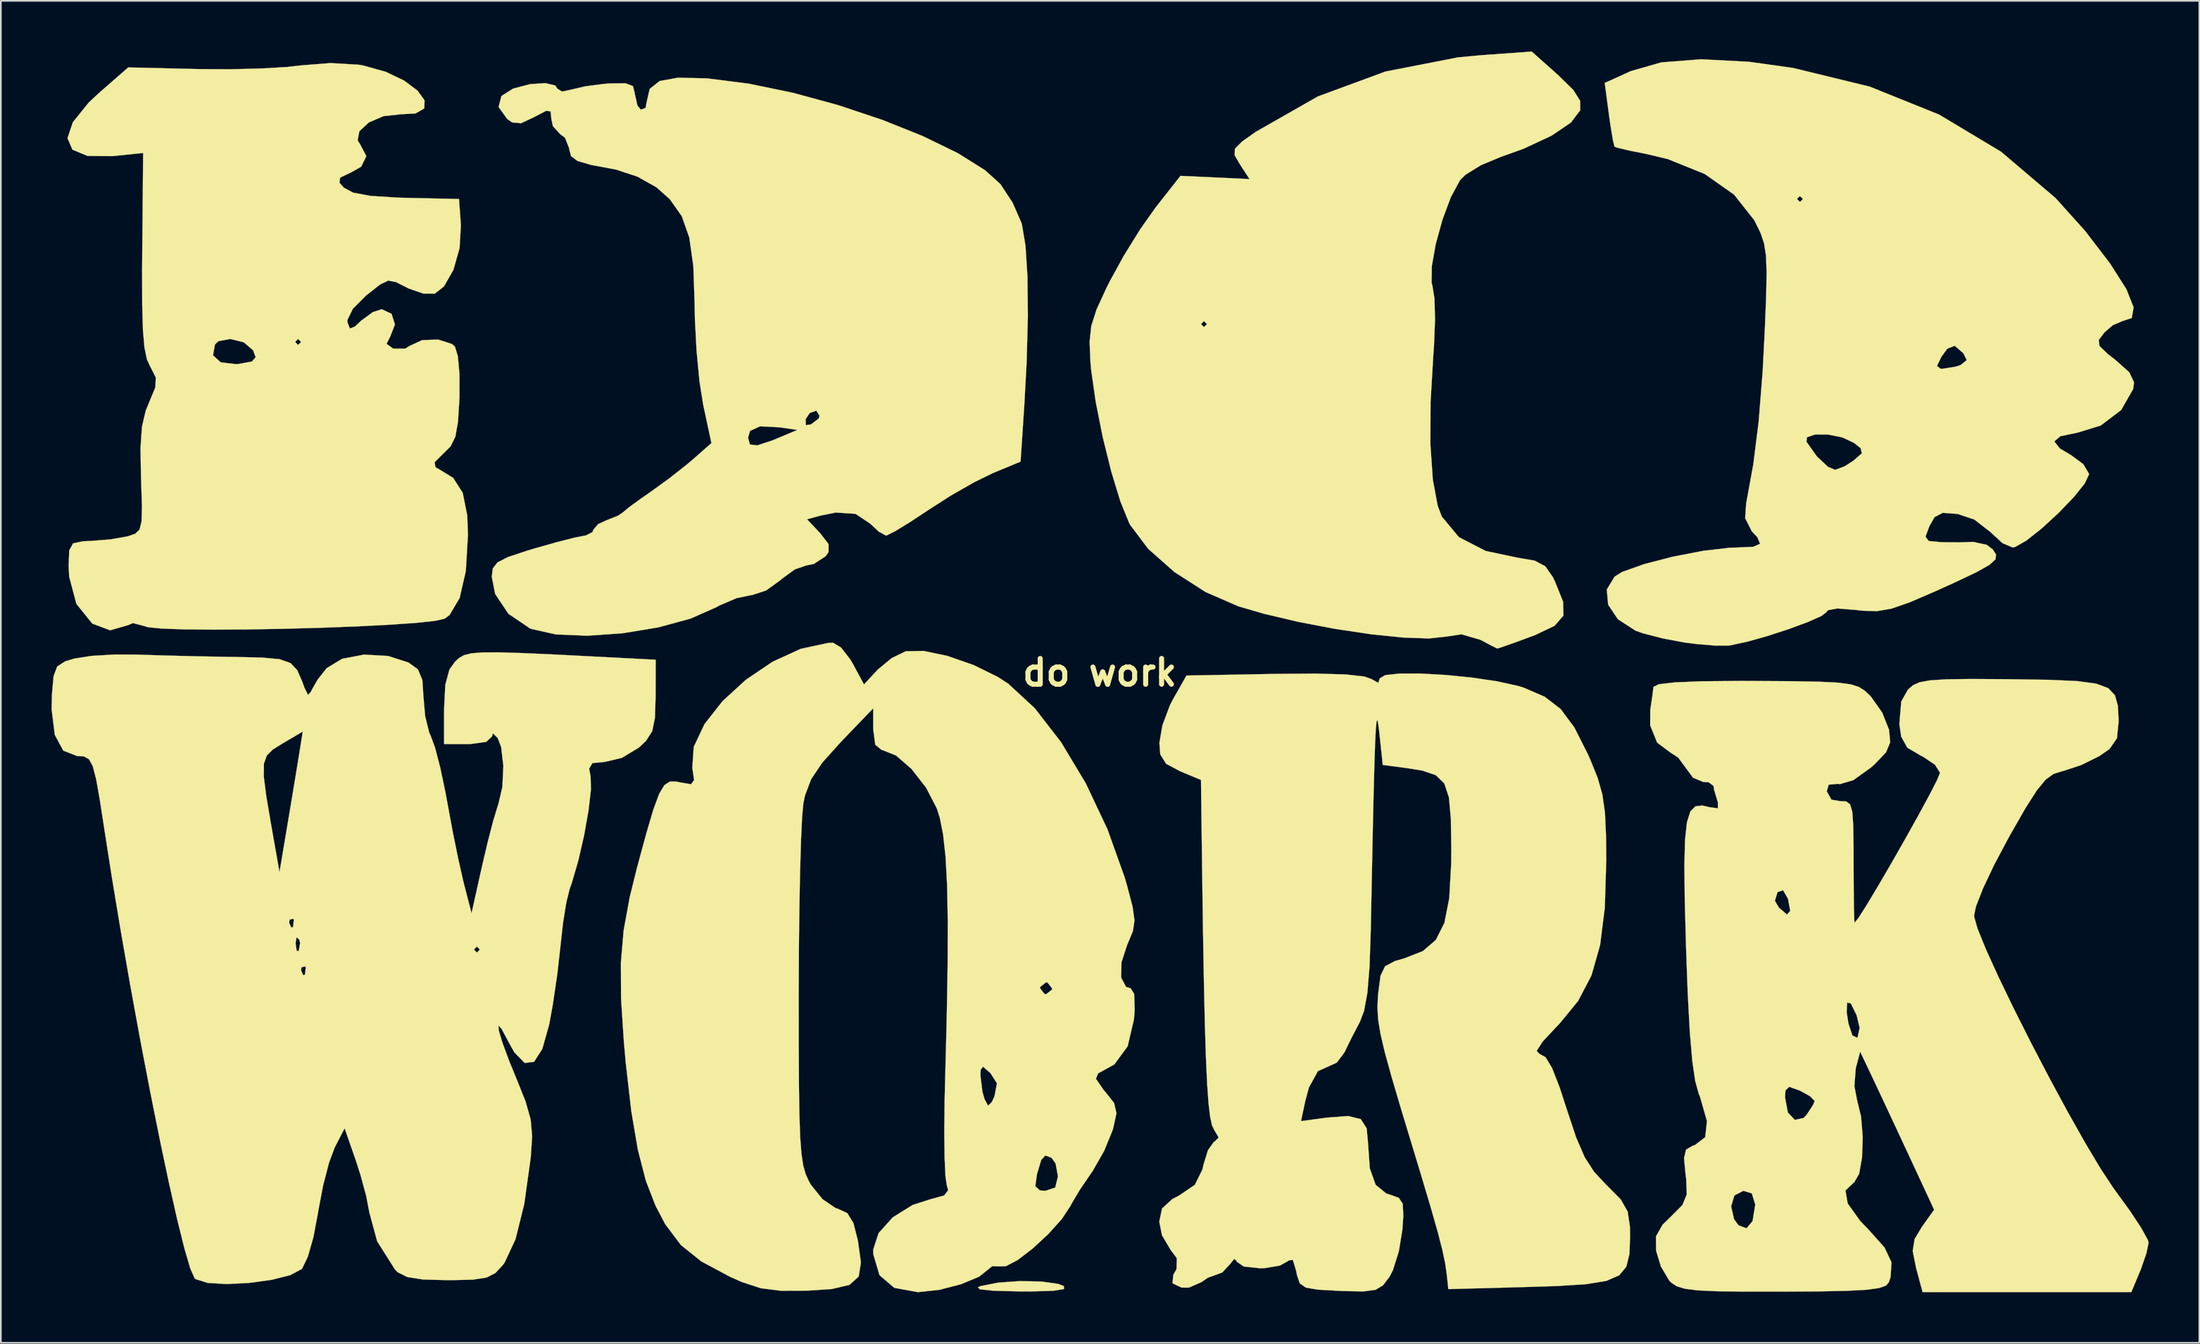
<source format=kicad_pcb>
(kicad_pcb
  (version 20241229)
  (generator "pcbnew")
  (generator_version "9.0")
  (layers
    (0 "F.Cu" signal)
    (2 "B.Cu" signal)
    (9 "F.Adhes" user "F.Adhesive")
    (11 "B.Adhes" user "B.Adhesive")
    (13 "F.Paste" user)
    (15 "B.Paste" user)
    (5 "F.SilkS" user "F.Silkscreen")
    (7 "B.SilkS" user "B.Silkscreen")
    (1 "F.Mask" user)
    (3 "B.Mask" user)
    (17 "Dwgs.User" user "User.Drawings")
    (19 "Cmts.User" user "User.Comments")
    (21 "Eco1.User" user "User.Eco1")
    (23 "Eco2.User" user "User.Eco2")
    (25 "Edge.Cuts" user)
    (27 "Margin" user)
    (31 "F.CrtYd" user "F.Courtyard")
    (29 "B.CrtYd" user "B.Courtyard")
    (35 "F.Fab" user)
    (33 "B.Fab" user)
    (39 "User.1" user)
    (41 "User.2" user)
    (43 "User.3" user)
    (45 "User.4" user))
  (footprint "do work"
    (layer "F.Cu")
    (at 62.044 36.781)
    (property "Reference" "do work" (at 0 0 0) (layer "F.SilkS") (effects (font (size 1.524 1.524) (thickness 0.3))))
    (attr through_hole)
    (fp_poly (pts (xy -3.455 36.063) (xy -2.46 36.203) (xy -2.117 36.336) (xy -2.115 36.509) (xy -2.768 36.613) (xy -4.095 36.651) (xy -4.763 36.648) (xy -6.279 36.609) (xy -7.094 36.527) (xy -7.211 36.401) (xy -7.056 36.336) (xy -6.017 36.129) (xy -4.729 36.038) (xy -3.455 36.063)) (stroke (width 0.01) (type solid)) (fill yes) (layer "F.SilkS"))
    (fp_poly (pts (xy 27.124 -35.397) (xy 28.034 -34.506) (xy 28.443 -33.855) (xy 28.443 -33.302) (xy 28.443 -33.3) (xy 27.893 -32.571) (xy 26.743 -31.793) (xy 25.09 -31.022) (xy 23.724 -30.531) (xy 22.576 -30.053) (xy 21.658 -29.486) (xy 21.331 -29.164) (xy 20.787 -28.154) (xy 20.289 -26.817) (xy 19.893 -25.378) (xy 19.66 -24.061) (xy 19.648 -23.093) (xy 19.696 -22.905) (xy 19.818 -22.146) (xy 19.85 -20.89) (xy 19.789 -19.339) (xy 19.753 -18.857) (xy 19.586 -16.02) (xy 19.576 -13.509) (xy 19.72 -11.425) (xy 20.01 -9.871) (xy 20.251 -9.238) (xy 21.265 -8.02) (xy 22.847 -7.203) (xy 24.669 -6.816) (xy 25.748 -6.63) (xy 26.381 -6.293) (xy 26.829 -5.644) (xy 26.943 -5.412) (xy 27.432 -4.195) (xy 27.45 -3.37) (xy 26.927 -2.771) (xy 25.792 -2.229) (xy 25.563 -2.142) (xy 24.511 -1.755) (xy 23.773 -1.496) (xy 23.535 -1.425) (xy 23.208 -1.584) (xy 22.534 -1.942) (xy 21.415 -2.265) (xy 20.51 -2.131) (xy 19.495 -2.02) (xy 17.958 -2.074) (xy 16.054 -2.27) (xy 13.942 -2.586) (xy 11.778 -2.998) (xy 9.72 -3.483) (xy 8.219 -3.92) (xy 6.271 -4.768) (xy 4.422 -5.955) (xy 2.867 -7.332) (xy 1.8 -8.752) (xy 1.744 -8.858) (xy 1.221 -10.147) (xy 0.682 -11.918) (xy 0.18 -13.948) (xy -0.233 -16.018) (xy -0.502 -17.906) (xy -0.549 -18.425) (xy -0.596 -19.591) (xy -0.496 -20.531) (xy -0.462 -20.637) (xy 5.997 -20.637) (xy 6.174 -20.461) (xy 6.35 -20.637) (xy 6.174 -20.814) (xy 5.997 -20.637) (xy -0.462 -20.637) (xy -0.186 -21.504) (xy 0.396 -22.769) (xy 0.579 -23.138) (xy 1.425 -24.683) (xy 2.409 -26.269) (xy 3.319 -27.556) (xy 3.323 -27.561) (xy 4.781 -29.416) (xy 6.826 -29.322) (xy 8.871 -29.227) (xy 8.296 -30.105) (xy 7.99 -30.636) (xy 8.004 -31.023) (xy 8.431 -31.452) (xy 9.24 -32.024) (xy 12.919 -34.122) (xy 16.916 -35.595) (xy 21.206 -36.433) (xy 22.578 -36.562) (xy 25.576 -36.776) (xy 27.124 -35.397)) (stroke (width 0.01) (type solid)) (fill yes) (layer "F.SilkS"))
    (fp_poly (pts (xy -23.304 -35.192) (xy -23.187 -35.183) (xy -20.762 -34.875) (xy -18.149 -34.333) (xy -15.477 -33.605) (xy -12.876 -32.736) (xy -10.475 -31.774) (xy -8.404 -30.765) (xy -6.792 -29.756) (xy -5.876 -28.929) (xy -5.158 -27.838) (xy -4.631 -26.635) (xy -4.602 -26.536) (xy -4.392 -25.283) (xy -4.274 -23.437) (xy -4.251 -21.104) (xy -4.323 -18.391) (xy -4.46 -15.859) (xy -4.683 -12.492) (xy -6.295 -11.826) (xy -7.421 -11.276) (xy -8.81 -10.482) (xy -10.13 -9.636) (xy -11.23 -8.908) (xy -12.112 -8.369) (xy -12.612 -8.12) (xy -12.649 -8.114) (xy -13.082 -8.35) (xy -13.582 -8.819) (xy -14.451 -9.4) (xy -15.629 -9.477) (xy -16.511 -9.298) (xy -17.323 -9.08) (xy -16.547 -8.255) (xy -16.048 -7.609) (xy -16.048 -7.14) (xy -16.219 -6.89) (xy -16.923 -6.431) (xy -17.345 -6.35) (xy -18.046 -6.112) (xy -18.839 -5.533) (xy -18.906 -5.468) (xy -19.744 -4.862) (xy -20.584 -4.588) (xy -20.633 -4.586) (xy -21.492 -4.408) (xy -22.516 -3.97) (xy -22.691 -3.871) (xy -24.217 -3.196) (xy -26.135 -2.674) (xy -28.241 -2.328) (xy -30.329 -2.182) (xy -32.194 -2.259) (xy -33.632 -2.582) (xy -33.733 -2.624) (xy -34.997 -3.478) (xy -35.784 -4.655) (xy -35.983 -5.672) (xy -35.924 -6.164) (xy -35.65 -6.524) (xy -35.021 -6.844) (xy -33.894 -7.218) (xy -33.426 -7.358) (xy -32.132 -7.725) (xy -31.078 -7.994) (xy -30.466 -8.113) (xy -30.427 -8.115) (xy -30.017 -8.322) (xy -29.986 -8.443) (xy -29.692 -8.79) (xy -29.192 -9.02) (xy -28.5 -9.299) (xy -28.222 -9.488) (xy -27.847 -9.801) (xy -27.095 -10.347) (xy -26.635 -10.664) (xy -25.487 -11.493) (xy -24.365 -12.381) (xy -24.103 -12.605) (xy -22.983 -13.59) (xy -23.05 -13.905) (xy -20.814 -13.905) (xy -20.703 -13.509) (xy -20.28 -13.453) (xy -19.412 -13.736) (xy -19.043 -13.888) (xy -17.896 -14.37) (xy -18.946 -14.524) (xy -20.103 -14.583) (xy -20.695 -14.315) (xy -20.814 -13.905) (xy -23.05 -13.905) (xy -23.287 -15.011) (xy -17.407 -15.011) (xy -17.391 -14.653) (xy -17.092 -14.696) (xy -16.636 -15.043) (xy -16.581 -15.207) (xy -16.774 -15.513) (xy -17.161 -15.373) (xy -17.407 -15.011) (xy -23.287 -15.011) (xy -23.473 -15.879) (xy -23.692 -17.271) (xy -23.863 -19.069) (xy -23.962 -20.974) (xy -23.976 -21.819) (xy -24.052 -24.065) (xy -24.29 -25.756) (xy -24.738 -27.03) (xy -25.441 -28.028) (xy -26.243 -28.742) (xy -27.359 -29.367) (xy -28.622 -29.787) (xy -28.751 -29.811) (xy -30.111 -30.064) (xy -30.91 -30.3) (xy -31.292 -30.583) (xy -31.397 -30.981) (xy -31.397 -31.03) (xy -31.651 -31.677) (xy -31.926 -31.878) (xy -32.366 -32.357) (xy -32.456 -32.781) (xy -32.5 -33.23) (xy -32.76 -33.271) (xy -33.424 -32.925) (xy -33.477 -32.895) (xy -34.257 -32.531) (xy -34.779 -32.581) (xy -35.065 -32.778) (xy -35.582 -33.495) (xy -35.413 -34.146) (xy -34.726 -34.581) (xy -33.725 -34.847) (xy -32.813 -34.909) (xy -32.216 -34.765) (xy -32.103 -34.581) (xy -31.825 -34.408) (xy -31.309 -34.518) (xy -30.445 -34.72) (xy -29.298 -34.868) (xy -29.016 -34.889) (xy -28.066 -34.901) (xy -27.628 -34.733) (xy -27.517 -34.309) (xy -27.517 -34.267) (xy -27.361 -33.581) (xy -27.164 -33.337) (xy -26.881 -33.439) (xy -26.811 -33.803) (xy -26.636 -34.568) (xy -26.051 -35.032) (xy -24.97 -35.229) (xy -23.304 -35.192)) (stroke (width 0.01) (type solid)) (fill yes) (layer "F.SilkS"))
    (fp_poly (pts (xy 38.442 -36.172) (xy 41.042 -35.807) (xy 45.579 -34.702) (xy 49.688 -33.046) (xy 53.358 -30.845) (xy 56.579 -28.105) (xy 58.326 -26.161) (xy 59.815 -24.218) (xy 60.775 -22.705) (xy 61.202 -21.63) (xy 61.094 -20.999) (xy 60.535 -20.814) (xy 59.97 -20.573) (xy 59.475 -20.144) (xy 59.141 -19.703) (xy 59.18 -19.342) (xy 59.672 -18.867) (xy 60.134 -18.508) (xy 60.944 -17.786) (xy 61.227 -17.194) (xy 61.179 -16.797) (xy 60.465 -15.548) (xy 59.256 -14.632) (xy 57.909 -14.215) (xy 56.861 -13.995) (xy 56.507 -13.689) (xy 56.839 -13.269) (xy 57.503 -12.876) (xy 58.226 -12.341) (xy 58.559 -11.775) (xy 58.561 -11.734) (xy 58.307 -11.193) (xy 57.65 -10.378) (xy 56.749 -9.443) (xy 55.765 -8.538) (xy 54.857 -7.818) (xy 54.184 -7.435) (xy 54.044 -7.408) (xy 53.438 -7.665) (xy 52.768 -8.283) (xy 52.754 -8.301) (xy 51.774 -9.062) (xy 50.784 -9.394) (xy 49.905 -9.461) (xy 49.418 -9.206) (xy 49.116 -8.677) (xy 48.882 -8.048) (xy 49.071 -7.792) (xy 49.824 -7.723) (xy 49.837 -7.722) (xy 50.893 -7.711) (xy 51.712 -7.74) (xy 52.507 -7.565) (xy 52.863 -7.296) (xy 53.06 -6.988) (xy 53.025 -6.703) (xy 52.668 -6.377) (xy 51.901 -5.946) (xy 50.636 -5.345) (xy 49.432 -4.8) (xy 47.941 -4.158) (xy 46.869 -3.786) (xy 46.007 -3.638) (xy 45.146 -3.663) (xy 44.758 -3.71) (xy 43.658 -3.796) (xy 43.092 -3.689) (xy 43.039 -3.595) (xy 42.728 -3.353) (xy 41.918 -2.993) (xy 40.791 -2.576) (xy 39.529 -2.165) (xy 38.315 -1.824) (xy 37.332 -1.614) (xy 37.218 -1.599) (xy 36.471 -1.596) (xy 35.344 -1.689) (xy 34.646 -1.776) (xy 33.343 -2.018) (xy 32.155 -2.328) (xy 31.722 -2.481) (xy 30.677 -3.155) (xy 30.097 -4.021) (xy 30.017 -4.917) (xy 30.477 -5.678) (xy 30.92 -5.957) (xy 32.233 -6.426) (xy 33.938 -6.866) (xy 35.724 -7.21) (xy 37.279 -7.391) (xy 37.659 -7.403) (xy 38.691 -7.449) (xy 39.091 -7.627) (xy 38.933 -8.01) (xy 38.597 -8.373) (xy 38.208 -9.143) (xy 38.268 -10.024) (xy 38.688 -12.321) (xy 38.858 -13.67) (xy 41.837 -13.67) (xy 42.453 -12.803) (xy 43.111 -12.184) (xy 43.535 -12.006) (xy 44.092 -12.213) (xy 44.626 -12.557) (xy 45.114 -12.984) (xy 45.042 -13.29) (xy 44.647 -13.604) (xy 43.959 -13.928) (xy 43.121 -14.095) (xy 42.351 -14.1) (xy 41.867 -13.937) (xy 41.837 -13.67) (xy 38.858 -13.67) (xy 39.008 -14.867) (xy 39.244 -17.83) (xy 39.261 -18.163) (xy 49.563 -18.163) (xy 49.766 -17.996) (xy 49.886 -17.992) (xy 50.663 -18.115) (xy 50.957 -18.209) (xy 51.323 -18.506) (xy 51.119 -18.915) (xy 50.61 -19.353) (xy 50.175 -19.181) (xy 49.824 -18.697) (xy 49.563 -18.163) (xy 39.261 -18.163) (xy 39.371 -20.285) (xy 39.45 -22.258) (xy 39.479 -23.673) (xy 39.443 -24.676) (xy 39.329 -25.412) (xy 39.122 -26.028) (xy 38.807 -26.67) (xy 38.732 -26.811) (xy 37.757 -28.046) (xy 41.275 -28.046) (xy 41.451 -27.869) (xy 41.628 -28.046) (xy 41.451 -28.222) (xy 41.275 -28.046) (xy 37.757 -28.046) (xy 37.554 -28.303) (xy 35.815 -29.526) (xy 33.634 -30.409) (xy 32.433 -30.696) (xy 31.38 -30.908) (xy 30.664 -31.077) (xy 30.477 -31.142) (xy 30.383 -31.513) (xy 30.241 -32.366) (xy 30.14 -33.076) (xy 29.896 -34.919) (xy 31.44 -35.62) (xy 33.244 -36.137) (xy 35.602 -36.321) (xy 38.442 -36.172)) (stroke (width 0.01) (type solid)) (fill yes) (layer "F.SilkS"))
    (fp_poly (pts (xy -43.865 -35.999) (xy -43.617 -35.958) (xy -42.273 -35.584) (xy -41.173 -35.059) (xy -40.381 -34.466) (xy -39.962 -33.888) (xy -39.981 -33.408) (xy -40.5 -33.111) (xy -41.386 -33.063) (xy -42.395 -32.953) (xy -43.26 -32.58) (xy -43.822 -32.059) (xy -43.923 -31.511) (xy -43.78 -31.291) (xy -43.408 -30.585) (xy -43.714 -29.96) (xy -44.335 -29.61) (xy -44.961 -29.312) (xy -44.998 -29.01) (xy -44.744 -28.718) (xy -44.188 -28.421) (xy -43.162 -28.23) (xy -41.563 -28.128) (xy -41.067 -28.115) (xy -37.924 -28.046) (xy -37.813 -26.508) (xy -37.889 -25.145) (xy -38.251 -23.857) (xy -38.813 -22.869) (xy -39.355 -22.442) (xy -40.038 -22.446) (xy -40.912 -22.749) (xy -40.927 -22.757) (xy -41.648 -23.121) (xy -42.112 -23.215) (xy -42.586 -22.99) (xy -43.335 -22.4) (xy -43.442 -22.313) (xy -44.208 -21.543) (xy -44.532 -20.877) (xy -44.527 -20.747) (xy -44.386 -20.374) (xy -44.084 -20.494) (xy -43.723 -20.836) (xy -43.024 -21.349) (xy -42.499 -21.519) (xy -41.916 -21.246) (xy -41.717 -20.615) (xy -41.981 -19.932) (xy -42.211 -19.469) (xy -41.82 -19.184) (xy -41.114 -19.184) (xy -40.828 -19.356) (xy -40.104 -19.688) (xy -39.15 -19.72) (xy -38.34 -19.459) (xy -38.166 -19.306) (xy -37.991 -18.736) (xy -37.895 -17.665) (xy -37.896 -16.293) (xy -37.897 -16.258) (xy -37.983 -14.857) (xy -38.14 -13.966) (xy -38.425 -13.392) (xy -38.844 -12.977) (xy -39.369 -12.455) (xy -39.315 -12.158) (xy -39.202 -12.101) (xy -38.271 -11.532) (xy -37.703 -10.646) (xy -37.436 -9.304) (xy -37.394 -8.167) (xy -37.52 -6.013) (xy -37.888 -4.409) (xy -38.484 -3.408) (xy -38.778 -3.19) (xy -39.347 -3.061) (xy -40.482 -2.941) (xy -42.064 -2.831) (xy -43.972 -2.734) (xy -46.085 -2.654) (xy -48.284 -2.593) (xy -50.448 -2.555) (xy -52.457 -2.543) (xy -54.189 -2.558) (xy -55.525 -2.606) (xy -56.345 -2.687) (xy -56.533 -2.749) (xy -57.224 -2.931) (xy -57.515 -2.807) (xy -58.573 -2.504) (xy -59.614 -2.894) (xy -59.65 -2.922) (xy -60.571 -4.065) (xy -61 -5.68) (xy -61.031 -6.327) (xy -60.995 -7.241) (xy -60.765 -7.656) (xy -60.154 -7.78) (xy -59.708 -7.796) (xy -58.559 -7.888) (xy -57.559 -8.063) (xy -57.503 -8.078) (xy -57.088 -8.222) (xy -56.835 -8.466) (xy -56.714 -8.957) (xy -56.691 -9.84) (xy -56.736 -11.26) (xy -56.746 -11.527) (xy -56.777 -13.294) (xy -56.691 -14.558) (xy -56.468 -15.512) (xy -56.265 -16.008) (xy -55.899 -16.89) (xy -55.872 -17.474) (xy -56.173 -18.073) (xy -56.193 -18.103) (xy -56.398 -18.551) (xy -56.448 -18.791) (xy -52.486 -18.791) (xy -52.026 -18.369) (xy -51.104 -18.265) (xy -50.974 -18.278) (xy -50.184 -18.421) (xy -49.96 -18.676) (xy -50.115 -19.088) (xy -50.663 -19.559) (xy -50.744 -19.579) (xy -47.625 -19.579) (xy -47.449 -19.403) (xy -47.272 -19.579) (xy -47.449 -19.756) (xy -47.625 -19.579) (xy -50.744 -19.579) (xy -51.455 -19.756) (xy -52.158 -19.628) (xy -52.368 -19.435) (xy -52.486 -18.791) (xy -56.448 -18.791) (xy -56.542 -19.241) (xy -56.632 -20.275) (xy -56.676 -21.761) (xy -56.682 -23.802) (xy -56.674 -24.846) (xy -56.621 -30.772) (xy -58.432 -30.585) (xy -59.913 -30.597) (xy -60.806 -30.966) (xy -61.099 -31.647) (xy -60.782 -32.592) (xy -59.846 -33.755) (xy -59.268 -34.296) (xy -57.505 -35.838) (xy -53.359 -35.742) (xy -51.486 -35.73) (xy -49.657 -35.774) (xy -48.109 -35.864) (xy -47.259 -35.96) (xy -45.535 -36.096) (xy -43.865 -35.999)) (stroke (width 0.01) (type solid)) (fill yes) (layer "F.SilkS"))
    (fp_poly (pts (xy 19.014 0.058) (xy 20.491 0.142) (xy 22.042 0.297) (xy 23.511 0.515) (xy 24.742 0.785) (xy 25.108 0.897) (xy 26.341 1.43) (xy 27.289 2.161) (xy 28.095 3.245) (xy 28.899 4.835) (xy 29.042 5.159) (xy 29.478 6.239) (xy 29.755 7.216) (xy 29.91 8.306) (xy 29.975 9.724) (xy 29.986 11.133) (xy 29.901 13.917) (xy 29.621 16.143) (xy 29.108 17.943) (xy 28.322 19.446) (xy 27.225 20.784) (xy 27.11 20.902) (xy 26.221 21.854) (xy 25.869 22.404) (xy 26.033 22.583) (xy 26.034 22.583) (xy 26.393 22.779) (xy 26.779 23.419) (xy 27.237 24.595) (xy 27.643 25.846) (xy 28.2 27.52) (xy 28.707 28.697) (xy 29.266 29.569) (xy 29.978 30.329) (xy 30.025 30.373) (xy 30.847 31.205) (xy 31.254 31.921) (xy 31.388 32.833) (xy 31.397 33.405) (xy 31.358 34.434) (xy 31.176 35.181) (xy 30.753 35.695) (xy 29.99 36.026) (xy 28.789 36.222) (xy 27.053 36.331) (xy 25.4 36.384) (xy 20.637 36.513) (xy 20.544 35.631) (xy 20.454 35) (xy 20.292 34.225) (xy 20.028 33.194) (xy 19.632 31.795) (xy 19.073 29.916) (xy 18.56 28.222) (xy 17.817 25.769) (xy 17.262 23.882) (xy 16.87 22.455) (xy 16.619 21.382) (xy 16.485 20.555) (xy 16.443 19.868) (xy 16.469 19.215) (xy 16.491 18.966) (xy 16.627 17.943) (xy 16.896 17.393) (xy 17.473 17.085) (xy 18.043 16.92) (xy 19.127 16.496) (xy 19.899 15.832) (xy 20.406 14.822) (xy 20.693 13.361) (xy 20.806 11.344) (xy 20.813 10.538) (xy 20.789 8.672) (xy 20.672 7.388) (xy 20.397 6.564) (xy 19.899 6.079) (xy 19.114 5.808) (xy 18.226 5.664) (xy 16.757 5.468) (xy 16.55 3.528) (xy 16.49 3.037) (xy 16.437 2.808) (xy 16.39 2.89) (xy 16.346 3.336) (xy 16.303 4.197) (xy 16.259 5.524) (xy 16.21 7.368) (xy 16.157 9.78) (xy 16.095 12.813) (xy 16.048 15.206) (xy 15.976 17.382) (xy 15.847 18.959) (xy 15.648 20.044) (xy 15.408 20.674) (xy 14.891 21.667) (xy 14.491 22.49) (xy 14.033 23.1) (xy 13.634 23.283) (xy 12.917 23.603) (xy 12.385 24.575) (xy 12.172 25.364) (xy 11.916 26.562) (xy 13.41 26.361) (xy 14.704 26.261) (xy 15.457 26.446) (xy 15.804 26.994) (xy 15.88 27.819) (xy 15.99 29.364) (xy 16.336 30.338) (xy 16.965 30.848) (xy 17.192 30.92) (xy 17.699 31.103) (xy 17.938 31.45) (xy 17.975 32.157) (xy 17.917 33) (xy 17.71 34.269) (xy 17.358 35.391) (xy 17.153 35.79) (xy 16.775 36.286) (xy 16.329 36.554) (xy 15.615 36.649) (xy 14.431 36.627) (xy 14.183 36.616) (xy 12.926 36.546) (xy 12.204 36.424) (xy 11.846 36.171) (xy 11.684 35.71) (xy 11.636 35.454) (xy 11.435 34.786) (xy 11.19 34.811) (xy 11.172 34.837) (xy 10.668 35.12) (xy 9.765 35.27) (xy 9.504 35.278) (xy 8.521 35.173) (xy 8.109 34.882) (xy 8.103 34.837) (xy 7.961 34.723) (xy 7.733 35.013) (xy 7.262 35.523) (xy 6.978 35.631) (xy 6.4 35.839) (xy 6.025 36.098) (xy 5.28 36.424) (xy 4.851 36.424) (xy 4.312 36.167) (xy 4.356 35.667) (xy 4.55 35.324) (xy 4.567 34.685) (xy 4.192 34.178) (xy 3.687 33.323) (xy 3.528 32.521) (xy 3.688 31.743) (xy 4.289 31.186) (xy 4.718 30.96) (xy 5.636 30.333) (xy 6.082 29.428) (xy 6.14 29.157) (xy 6.405 28.296) (xy 6.751 27.801) (xy 6.802 27.776) (xy 7.044 27.533) (xy 6.774 27.076) (xy 6.647 26.81) (xy 6.538 26.304) (xy 6.443 25.503) (xy 6.361 24.353) (xy 6.289 22.8) (xy 6.226 20.788) (xy 6.168 18.263) (xy 6.114 15.17) (xy 6.061 11.455) (xy 6.033 9.265) (xy 5.997 6.359) (xy 4.763 5.844) (xy 3.93 5.4) (xy 3.587 4.847) (xy 3.534 4.163) (xy 3.716 3.116) (xy 4.163 1.924) (xy 4.338 1.587) (xy 5.137 0.176) (xy 10.37 0.079) (xy 12.802 0.06) (xy 14.555 0.111) (xy 15.655 0.23) (xy 16.092 0.386) (xy 16.491 0.607) (xy 16.581 0.343) (xy 16.903 0.149) (xy 17.766 0.057) (xy 19.014 0.058)) (stroke (width 0.01) (type solid)) (fill yes) (layer "F.SilkS"))
    (fp_poly (pts (xy -15.306 -1.479) (xy -14.755 -0.77) (xy -14.616 -0.53) (xy -13.952 0.703) (xy -13.139 -0.174) (xy -12.313 -0.857) (xy -11.479 -1.263) (xy -10.423 -1.282) (xy -9.009 -0.986) (xy -7.467 -0.448) (xy -6.029 0.259) (xy -5.418 0.655) (xy -3.844 2.108) (xy -2.285 4.123) (xy -0.823 6.559) (xy 0.46 9.277) (xy 1.482 12.136) (xy 1.628 12.644) (xy 1.948 13.869) (xy 2.061 14.673) (xy 1.968 15.308) (xy 1.67 16.028) (xy 1.636 16.098) (xy 1.29 17.16) (xy 1.27 18.062) (xy 1.56 18.613) (xy 1.833 18.697) (xy 2.041 19.028) (xy 2.072 19.972) (xy 2.031 20.527) (xy 1.657 22.131) (xy 0.867 23.207) (xy -0.093 23.736) (xy -0.222 24.054) (xy 0.236 24.723) (xy 0.322 24.818) (xy 0.856 25.492) (xy 0.992 26.101) (xy 0.799 26.991) (xy 0.765 27.103) (xy 0.265 28.327) (xy -0.423 29.531) (xy -0.518 29.665) (xy -1.16 30.607) (xy -1.65 31.43) (xy -1.722 31.574) (xy -2.239 32.359) (xy -3.042 33.253) (xy -3.97 34.113) (xy -4.861 34.794) (xy -5.551 35.155) (xy -5.783 35.165) (xy -6.364 35.157) (xy -6.539 35.299) (xy -7.14 35.777) (xy -8.201 36.221) (xy -9.478 36.552) (xy -10.727 36.689) (xy -10.783 36.689) (xy -12.158 36.437) (xy -13.034 35.69) (xy -13.396 34.462) (xy -13.406 34.172) (xy -13.087 33.196) (xy -12.25 32.262) (xy -11.071 31.527) (xy -10.023 31.192) (xy -9.207 30.967) (xy -8.969 30.653) (xy -9.035 30.419) (xy -3.811 30.419) (xy -3.534 30.669) (xy -3.213 30.692) (xy -2.63 30.497) (xy -2.469 29.831) (xy -2.609 29.077) (xy -2.846 28.737) (xy -3.214 28.598) (xy -3.457 28.86) (xy -3.699 29.665) (xy -3.714 29.722) (xy -3.811 30.419) (xy -9.035 30.419) (xy -9.045 30.384) (xy -9.128 29.845) (xy -9.18 28.738) (xy -9.198 27.2) (xy -9.179 25.369) (xy -9.154 24.342) (xy -9.143 23.884) (xy -7.056 23.884) (xy -6.942 24.821) (xy -6.816 25.26) (xy -6.607 25.648) (xy -6.388 25.439) (xy -6.227 25.097) (xy -6.082 24.324) (xy -6.466 23.722) (xy -6.907 23.34) (xy -7.046 23.527) (xy -7.056 23.884) (xy -9.143 23.884) (xy -9.055 20.507) (xy -9.024 18.697) (xy -3.528 18.697) (xy -3.259 19.04) (xy -3.175 19.05) (xy -2.832 18.782) (xy -2.822 18.697) (xy -3.091 18.355) (xy -3.175 18.344) (xy -3.518 18.613) (xy -3.528 18.697) (xy -9.024 18.697) (xy -9 17.31) (xy -8.992 14.686) (xy -9.032 12.569) (xy -9.124 10.893) (xy -9.267 9.591) (xy -9.465 8.599) (xy -9.644 8.036) (xy -10.282 6.806) (xy -11.139 5.708) (xy -12.055 4.911) (xy -12.869 4.587) (xy -12.903 4.586) (xy -13.284 4.275) (xy -13.406 3.351) (xy -13.406 2.116) (xy -15.334 4.123) (xy -16.421 5.335) (xy -17.081 6.317) (xy -17.443 7.277) (xy -17.539 7.739) (xy -17.612 8.514) (xy -17.677 9.884) (xy -17.733 11.74) (xy -17.777 13.973) (xy -17.805 16.473) (xy -17.815 19.129) (xy -17.815 19.226) (xy -17.813 22.141) (xy -17.801 24.437) (xy -17.774 26.202) (xy -17.728 27.522) (xy -17.655 28.485) (xy -17.551 29.177) (xy -17.409 29.686) (xy -17.225 30.098) (xy -17.098 30.326) (xy -16.402 31.191) (xy -15.627 31.715) (xy -15.51 31.75) (xy -14.938 32.013) (xy -14.577 32.597) (xy -14.31 33.649) (xy -14.133 34.929) (xy -14.265 35.767) (xy -14.809 36.26) (xy -15.864 36.509) (xy -17.323 36.605) (xy -18.885 36.61) (xy -20.067 36.458) (xy -21.189 36.091) (xy -21.872 35.787) (xy -23.578 34.875) (xy -24.792 33.899) (xy -25.717 32.669) (xy -26.291 31.574) (xy -26.866 30.089) (xy -27.338 28.256) (xy -27.726 25.97) (xy -28.052 23.124) (xy -28.164 21.872) (xy -28.332 19.304) (xy -28.342 17.181) (xy -28.177 15.257) (xy -27.816 13.286) (xy -27.385 11.546) (xy -26.84 9.536) (xy -26.421 8.115) (xy -26.08 7.191) (xy -25.77 6.669) (xy -25.443 6.455) (xy -25.051 6.457) (xy -24.818 6.508) (xy -24.194 6.613) (xy -24.007 6.369) (xy -24.114 5.634) (xy -24.028 4.398) (xy -23.39 3.047) (xy -22.319 1.685) (xy -20.935 0.419) (xy -19.355 -0.646) (xy -17.699 -1.405) (xy -16.085 -1.753) (xy -15.774 -1.764) (xy -15.306 -1.479)) (stroke (width 0.01) (type solid)) (fill yes) (layer "F.SilkS"))
    (fp_poly (pts (xy -34.125 -1.154) (xy -32.205 -1.067) (xy -29.68 -0.937) (xy -29.457 -0.926) (xy -26.282 -0.76) (xy -26.287 1.419) (xy -26.326 2.677) (xy -26.487 3.471) (xy -26.851 4.042) (xy -27.277 4.444) (xy -28.291 5.054) (xy -29.307 5.292) (xy -30.027 5.361) (xy -30.219 5.687) (xy -30.136 6.153) (xy -30.114 6.92) (xy -30.254 8.149) (xy -30.516 9.627) (xy -30.862 11.138) (xy -31.25 12.47) (xy -31.37 12.804) (xy -31.569 13.598) (xy -31.766 14.822) (xy -31.91 16.121) (xy -32.101 17.832) (xy -32.374 19.681) (xy -32.584 20.838) (xy -32.992 22.288) (xy -33.48 23.05) (xy -34.035 23.12) (xy -34.648 22.491) (xy -34.993 21.872) (xy -35.408 21.094) (xy -35.594 20.9) (xy -35.566 21.212) (xy -35.341 21.954) (xy -34.935 23.047) (xy -34.543 24.001) (xy -33.978 25.413) (xy -33.68 26.476) (xy -33.595 27.469) (xy -33.674 28.675) (xy -33.677 28.712) (xy -34.063 31.482) (xy -34.578 33.558) (xy -35.225 34.943) (xy -35.338 35.097) (xy -35.772 35.562) (xy -36.293 35.829) (xy -37.097 35.951) (xy -38.383 35.983) (xy -38.6 35.983) (xy -40.064 35.942) (xy -40.994 35.795) (xy -41.558 35.51) (xy -41.704 35.366) (xy -42.769 33.681) (xy -43.233 31.963) (xy -43.415 31.006) (xy -43.759 29.738) (xy -44.02 28.928) (xy -44.694 26.988) (xy -45.28 28.122) (xy -45.619 29.031) (xy -45.966 30.368) (xy -46.249 31.858) (xy -46.271 32.002) (xy -46.543 33.441) (xy -46.876 34.606) (xy -47.21 35.293) (xy -47.238 35.325) (xy -47.913 35.685) (xy -49.022 35.965) (xy -50.351 36.147) (xy -51.686 36.213) (xy -52.81 36.144) (xy -53.509 35.923) (xy -53.58 35.858) (xy -53.833 35.283) (xy -54.181 34.092) (xy -54.61 32.367) (xy -55.101 30.188) (xy -55.64 27.636) (xy -56.21 24.792) (xy -56.795 21.736) (xy -57.378 18.551) (xy -57.537 17.639) (xy -47.272 17.639) (xy -47.143 17.929) (xy -47.037 17.874) (xy -46.995 17.455) (xy -47.037 17.404) (xy -47.247 17.452) (xy -47.272 17.639) (xy -57.537 17.639) (xy -57.82 16.022) (xy -47.597 16.022) (xy -47.532 16.48) (xy -47.412 16.485) (xy -47.397 16.404) (xy -37.042 16.404) (xy -36.865 16.581) (xy -36.689 16.404) (xy -36.865 16.228) (xy -37.042 16.404) (xy -47.397 16.404) (xy -47.328 16.013) (xy -47.384 15.809) (xy -47.541 15.675) (xy -47.597 16.022) (xy -57.82 16.022) (xy -57.943 15.316) (xy -58.026 14.817) (xy -47.978 14.817) (xy -47.849 15.107) (xy -47.743 15.052) (xy -47.7 14.633) (xy -47.743 14.581) (xy -47.952 14.63) (xy -47.978 14.817) (xy -58.026 14.817) (xy -58.474 12.113) (xy -58.906 9.349) (xy -59.187 7.53) (xy -59.406 6.295) (xy -59.444 6.152) (xy -49.48 6.152) (xy -49.334 7.307) (xy -49.048 8.993) (xy -48.954 9.525) (xy -48.55 11.818) (xy -48.105 9.172) (xy -47.847 7.628) (xy -47.599 6.13) (xy -47.416 5.009) (xy -47.171 3.492) (xy -48.396 4.214) (xy -48.945 4.558) (xy -49.299 4.908) (xy -49.473 5.396) (xy -49.48 6.152) (xy -59.444 6.152) (xy -59.607 5.532) (xy -59.831 5.128) (xy -60.121 4.968) (xy -60.517 4.939) (xy -60.538 4.939) (xy -61.348 4.623) (xy -61.851 3.689) (xy -62.039 2.159) (xy -62.017 1.27) (xy -61.922 0.21) (xy -61.708 -0.363) (xy -61.237 -0.665) (xy -60.678 -0.832) (xy -59.677 -0.988) (xy -58.291 -1.07) (xy -56.974 -1.064) (xy -55.426 -1.014) (xy -53.527 -0.966) (xy -51.628 -0.931) (xy -51.194 -0.925) (xy -49.591 -0.89) (xy -48.542 -0.792) (xy -47.895 -0.563) (xy -47.496 -0.136) (xy -47.195 0.555) (xy -47.08 0.882) (xy -46.86 1.327) (xy -46.678 1.118) (xy -46.657 1.058) (xy -46.296 0.42) (xy -45.755 -0.265) (xy -44.841 -0.816) (xy -43.546 -1.063) (xy -42.132 -0.986) (xy -40.922 -0.6) (xy -40.353 -0.189) (xy -40.093 0.44) (xy -40.029 1.424) (xy -39.928 2.58) (xy -39.689 3.55) (xy -39.594 3.758) (xy -39.343 4.443) (xy -39.038 5.613) (xy -38.732 7.06) (xy -38.626 7.639) (xy -38.319 9.306) (xy -37.988 10.945) (xy -37.693 12.259) (xy -37.632 12.507) (xy -37.181 14.254) (xy -36.557 11.448) (xy -36.22 10.018) (xy -35.896 8.768) (xy -35.642 7.932) (xy -35.605 7.833) (xy -35.356 6.775) (xy -35.298 5.525) (xy -35.429 4.408) (xy -35.631 3.881) (xy -35.916 3.594) (xy -35.978 3.792) (xy -36.311 4.103) (xy -37.24 4.232) (xy -37.394 4.233) (xy -38.806 4.233) (xy -38.806 2.117) (xy -38.734 0.715) (xy -38.49 -0.183) (xy -38.159 -0.646) (xy -37.914 -0.869) (xy -37.621 -1.033) (xy -37.189 -1.14) (xy -36.524 -1.194) (xy -35.534 -1.198) (xy -34.125 -1.154)) (stroke (width 0.01) (type solid)) (fill yes) (layer "F.SilkS"))
    (fp_poly (pts (xy 53.527 0.39) (xy 53.946 0.394) (xy 56.203 0.429) (xy 57.85 0.503) (xy 58.984 0.654) (xy 59.701 0.922) (xy 60.097 1.343) (xy 60.269 1.956) (xy 60.313 2.799) (xy 60.314 2.916) (xy 60.216 3.891) (xy 59.776 4.527) (xy 59.178 4.943) (xy 58.093 5.48) (xy 57.016 5.834) (xy 56.956 5.846) (xy 56.454 6.006) (xy 55.986 6.35) (xy 55.465 6.987) (xy 54.805 8.022) (xy 53.922 9.564) (xy 53.781 9.816) (xy 52.94 11.403) (xy 52.28 12.8) (xy 51.866 13.864) (xy 51.754 14.418) (xy 51.959 15.152) (xy 52.458 16.383) (xy 53.192 17.999) (xy 54.103 19.886) (xy 55.132 21.93) (xy 56.222 24.018) (xy 57.313 26.037) (xy 58.348 27.873) (xy 59.268 29.413) (xy 60.015 30.542) (xy 60.131 30.7) (xy 60.996 31.891) (xy 61.665 32.907) (xy 62.041 33.595) (xy 62.089 33.763) (xy 61.96 34.39) (xy 61.642 35.308) (xy 61.578 35.465) (xy 61.067 36.689) (xy 48.711 36.689) (xy 48.328 35.267) (xy 48.126 34.26) (xy 48.24 33.543) (xy 48.669 32.828) (xy 49.394 31.81) (xy 47.864 28.517) (xy 47.135 26.952) (xy 46.441 25.467) (xy 45.885 24.282) (xy 45.675 23.838) (xy 45.016 22.453) (xy 44.755 23.431) (xy 44.673 24.485) (xy 44.824 25.28) (xy 45.069 26.299) (xy 45.167 27.519) (xy 45.126 28.721) (xy 44.955 29.685) (xy 44.662 30.194) (xy 44.626 30.211) (xy 44.145 30.675) (xy 44.278 31.439) (xy 45.015 32.472) (xy 45.508 32.985) (xy 46.457 34.045) (xy 46.87 34.924) (xy 46.816 35.803) (xy 46.714 36.109) (xy 46.538 36.308) (xy 46.124 36.453) (xy 45.377 36.553) (xy 44.201 36.615) (xy 42.501 36.649) (xy 40.413 36.661) (xy 38.181 36.661) (xy 36.547 36.639) (xy 35.404 36.587) (xy 34.643 36.492) (xy 34.157 36.345) (xy 33.838 36.135) (xy 33.714 36.009) (xy 33.217 35.169) (xy 32.936 34.24) (xy 32.928 33.39) (xy 33.32 32.696) (xy 33.828 32.203) (xy 34.411 31.617) (xy 37.377 31.617) (xy 37.553 32.375) (xy 37.816 32.736) (xy 38.292 32.911) (xy 38.647 32.484) (xy 38.799 31.555) (xy 38.8 31.485) (xy 38.602 30.842) (xy 38.1 30.692) (xy 37.571 30.967) (xy 37.377 31.617) (xy 34.411 31.617) (xy 34.494 31.534) (xy 34.752 30.9) (xy 34.715 29.972) (xy 34.682 29.725) (xy 34.59 28.749) (xy 34.71 28.251) (xy 35.109 28.018) (xy 35.227 27.985) (xy 35.844 27.516) (xy 35.947 26.564) (xy 35.547 25.161) (xy 40.569 25.161) (xy 40.736 26.051) (xy 41.146 26.492) (xy 41.665 26.377) (xy 41.851 26.181) (xy 42.227 25.607) (xy 42.322 25.368) (xy 42.048 25.088) (xy 41.451 24.759) (xy 40.818 24.533) (xy 40.593 24.746) (xy 40.569 25.161) (xy 35.547 25.161) (xy 35.538 25.13) (xy 35.461 24.942) (xy 35.252 24.191) (xy 35.077 22.987) (xy 34.931 21.265) (xy 34.868 20.098) (xy 44.216 20.098) (xy 44.32 20.78) (xy 44.557 21.489) (xy 44.835 21.624) (xy 44.864 21.599) (xy 44.986 21.04) (xy 44.806 20.293) (xy 44.46 19.592) (xy 44.247 19.544) (xy 44.216 20.098) (xy 34.868 20.098) (xy 34.807 18.96) (xy 34.708 16.261) (xy 34.634 13.541) (xy 34.634 13.517) (xy 39.968 13.517) (xy 40.211 13.928) (xy 40.686 14.326) (xy 40.876 14.111) (xy 40.743 13.397) (xy 40.452 12.889) (xy 40.126 13.002) (xy 39.968 13.517) (xy 34.634 13.517) (xy 34.61 11.453) (xy 34.648 9.92) (xy 34.761 8.87) (xy 34.962 8.228) (xy 35.261 7.92) (xy 35.672 7.872) (xy 36.087 7.97) (xy 36.592 8.038) (xy 36.595 7.677) (xy 36.566 7.597) (xy 36.367 6.936) (xy 36.336 6.713) (xy 36.047 6.495) (xy 35.723 6.477) (xy 35.124 6.228) (xy 34.756 5.729) (xy 34.24 5.028) (xy 33.781 4.735) (xy 32.998 4.149) (xy 32.588 3.133) (xy 32.591 2.205) (xy 32.72 1.349) (xy 32.779 0.85) (xy 33.099 0.691) (xy 34.044 0.58) (xy 35.64 0.515) (xy 37.909 0.494) (xy 38.798 0.497) (xy 40.984 0.512) (xy 42.579 0.54) (xy 43.694 0.595) (xy 44.444 0.694) (xy 44.941 0.851) (xy 45.3 1.082) (xy 45.633 1.4) (xy 45.643 1.411) (xy 46.319 2.365) (xy 46.726 3.388) (xy 46.793 4.127) (xy 46.547 4.726) (xy 45.868 5.434) (xy 45.656 5.622) (xy 44.614 6.37) (xy 43.812 6.606) (xy 43.699 6.589) (xy 43.155 6.639) (xy 43.039 7.028) (xy 43.314 7.527) (xy 43.833 7.613) (xy 44.189 7.631) (xy 44.419 7.8) (xy 44.55 8.245) (xy 44.609 9.093) (xy 44.626 10.471) (xy 44.626 11.201) (xy 44.632 12.702) (xy 44.646 13.898) (xy 44.666 14.643) (xy 44.684 14.817) (xy 44.916 14.529) (xy 45.408 13.754) (xy 46.084 12.627) (xy 46.868 11.281) (xy 47.684 9.849) (xy 48.456 8.466) (xy 49.106 7.265) (xy 49.56 6.38) (xy 49.741 5.944) (xy 49.742 5.936) (xy 49.448 5.462) (xy 48.727 4.976) (xy 48.595 4.914) (xy 47.805 4.448) (xy 47.444 3.793) (xy 47.337 3.052) (xy 47.447 1.711) (xy 47.84 1.015) (xy 48.13 0.757) (xy 48.529 0.575) (xy 49.154 0.46) (xy 50.118 0.398) (xy 51.538 0.379) (xy 53.527 0.39)) (stroke (width 0.01) (type solid)) (fill yes) (layer "F.SilkS")))
  (gr_rect
    (start -3 -3)
    (end 127.138 76.475)
    (stroke (width 0.1) (type default))
    (fill no)
    (layer "Edge.Cuts")))
</source>
